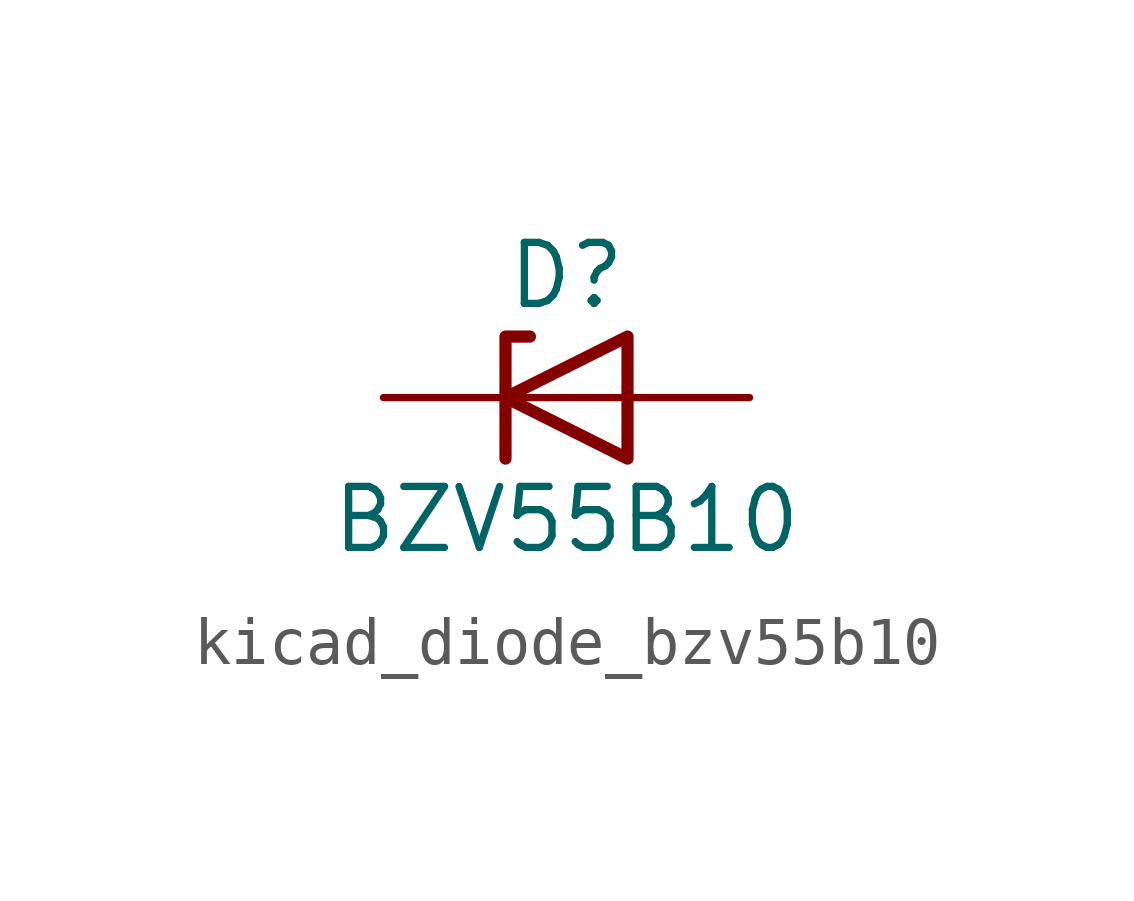
<source format=kicad_sym>
(kicad_symbol_lib
  (version 20220914)
  (generator kicad_symbol_editor)
  (symbol "kicad_diode_bzv55b10"
    (pin_numbers hide)
    (pin_names hide)
    (property "Reference" "D"
      (at 0 2.54 0)
      (effects (font (size 1.27 1.27))))
    (property "Value" "BZV55B10"
      (at 0 -2.54 0)
      (effects (font (size 1.27 1.27))))
    (symbol "kicad_diode_bzv55b10_0_1"
      (polyline (pts (xy 1.27 0) (xy -1.27 0)) (stroke (width 0) (type default)) (fill (type none)))
      (polyline (pts (xy -1.27 -1.27) (xy -1.27 1.27) (xy -0.762 1.27)) (stroke (width 0.254) (type default)) (fill (type none)))
      (polyline (pts (xy 1.27 -1.27) (xy 1.27 1.27) (xy -1.27 0) (xy 1.27 -1.27)) (stroke (width 0.254) (type default)) (fill (type none))))
    (symbol "kicad_diode_bzv55b10_1_1"
      (pin passive line (at -3.81 0 0) (length 2.54) (name "K" (effects (font (size 1.27 1.27)))) (number "1" (effects (font (size 1.27 1.27)))))
      (pin passive line (at 3.81 0 180) (length 2.54) (name "A" (effects (font (size 1.27 1.27)))) (number "2" (effects (font (size 1.27 1.27))))))))
</source>
